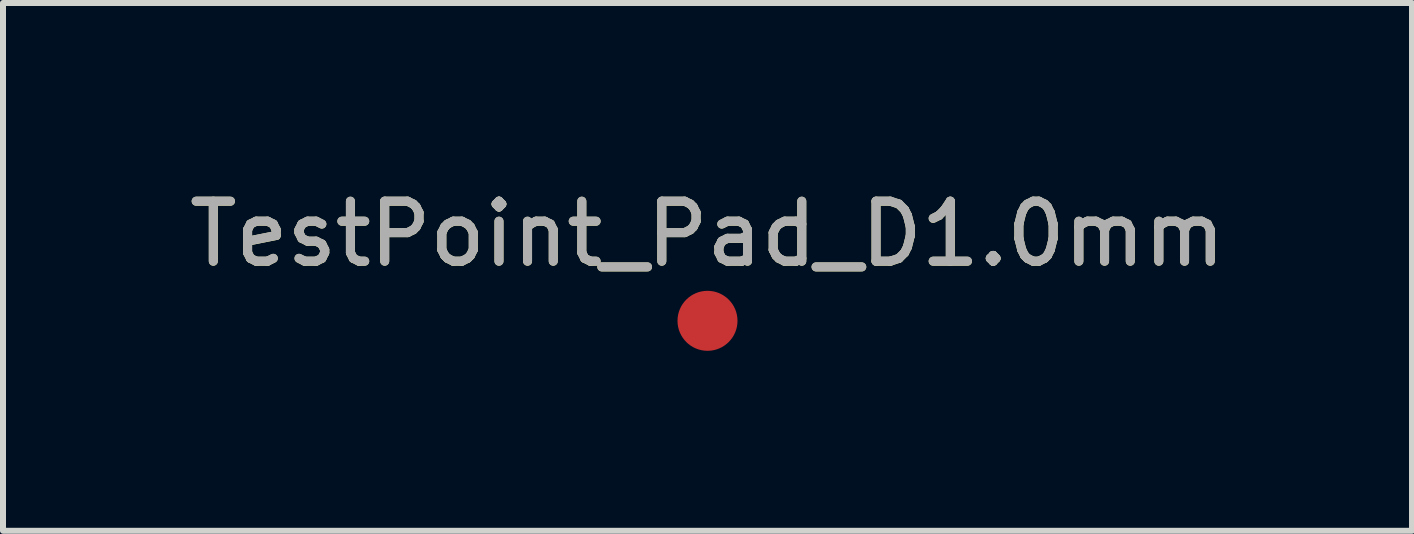
<source format=kicad_pcb>
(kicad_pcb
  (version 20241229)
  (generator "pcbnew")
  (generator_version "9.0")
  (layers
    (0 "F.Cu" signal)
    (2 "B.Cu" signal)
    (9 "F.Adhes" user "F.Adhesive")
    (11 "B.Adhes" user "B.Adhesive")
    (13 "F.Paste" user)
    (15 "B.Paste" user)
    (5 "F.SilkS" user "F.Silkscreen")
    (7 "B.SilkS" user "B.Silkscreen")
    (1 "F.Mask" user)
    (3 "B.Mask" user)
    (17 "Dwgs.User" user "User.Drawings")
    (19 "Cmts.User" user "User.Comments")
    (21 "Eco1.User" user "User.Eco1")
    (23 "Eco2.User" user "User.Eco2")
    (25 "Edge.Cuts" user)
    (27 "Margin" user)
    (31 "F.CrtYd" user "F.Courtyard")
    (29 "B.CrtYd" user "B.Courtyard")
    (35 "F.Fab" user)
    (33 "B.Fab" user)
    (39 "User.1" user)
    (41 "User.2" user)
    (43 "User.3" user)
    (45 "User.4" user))
  (footprint "TestPoint_Pad_D1.0mm"
    (layer "F.Cu")
    (at 8.744 2.298)
    (property "Reference" "TestPoint_Pad_D1.0mm" (at 0 -1.448 0) (layer "F.SilkS") (effects (font (size 1 1) (thickness 0.15))))
    (attr exclude_from_pos_files)
    (fp_text user "${REFERENCE}" (at 0 -1.45 0) (layer "F.Fab") (effects (font (size 1 1) (thickness 0.15))))
    (pad "1" smd circle (at 0 0) (size 1 1) (layers "F.Cu" "F.Mask")))
  (gr_rect
    (start -3 -3)
    (end 20.488 5.798)
    (stroke (width 0.1) (type default))
    (fill no)
    (layer "Edge.Cuts")))
</source>
